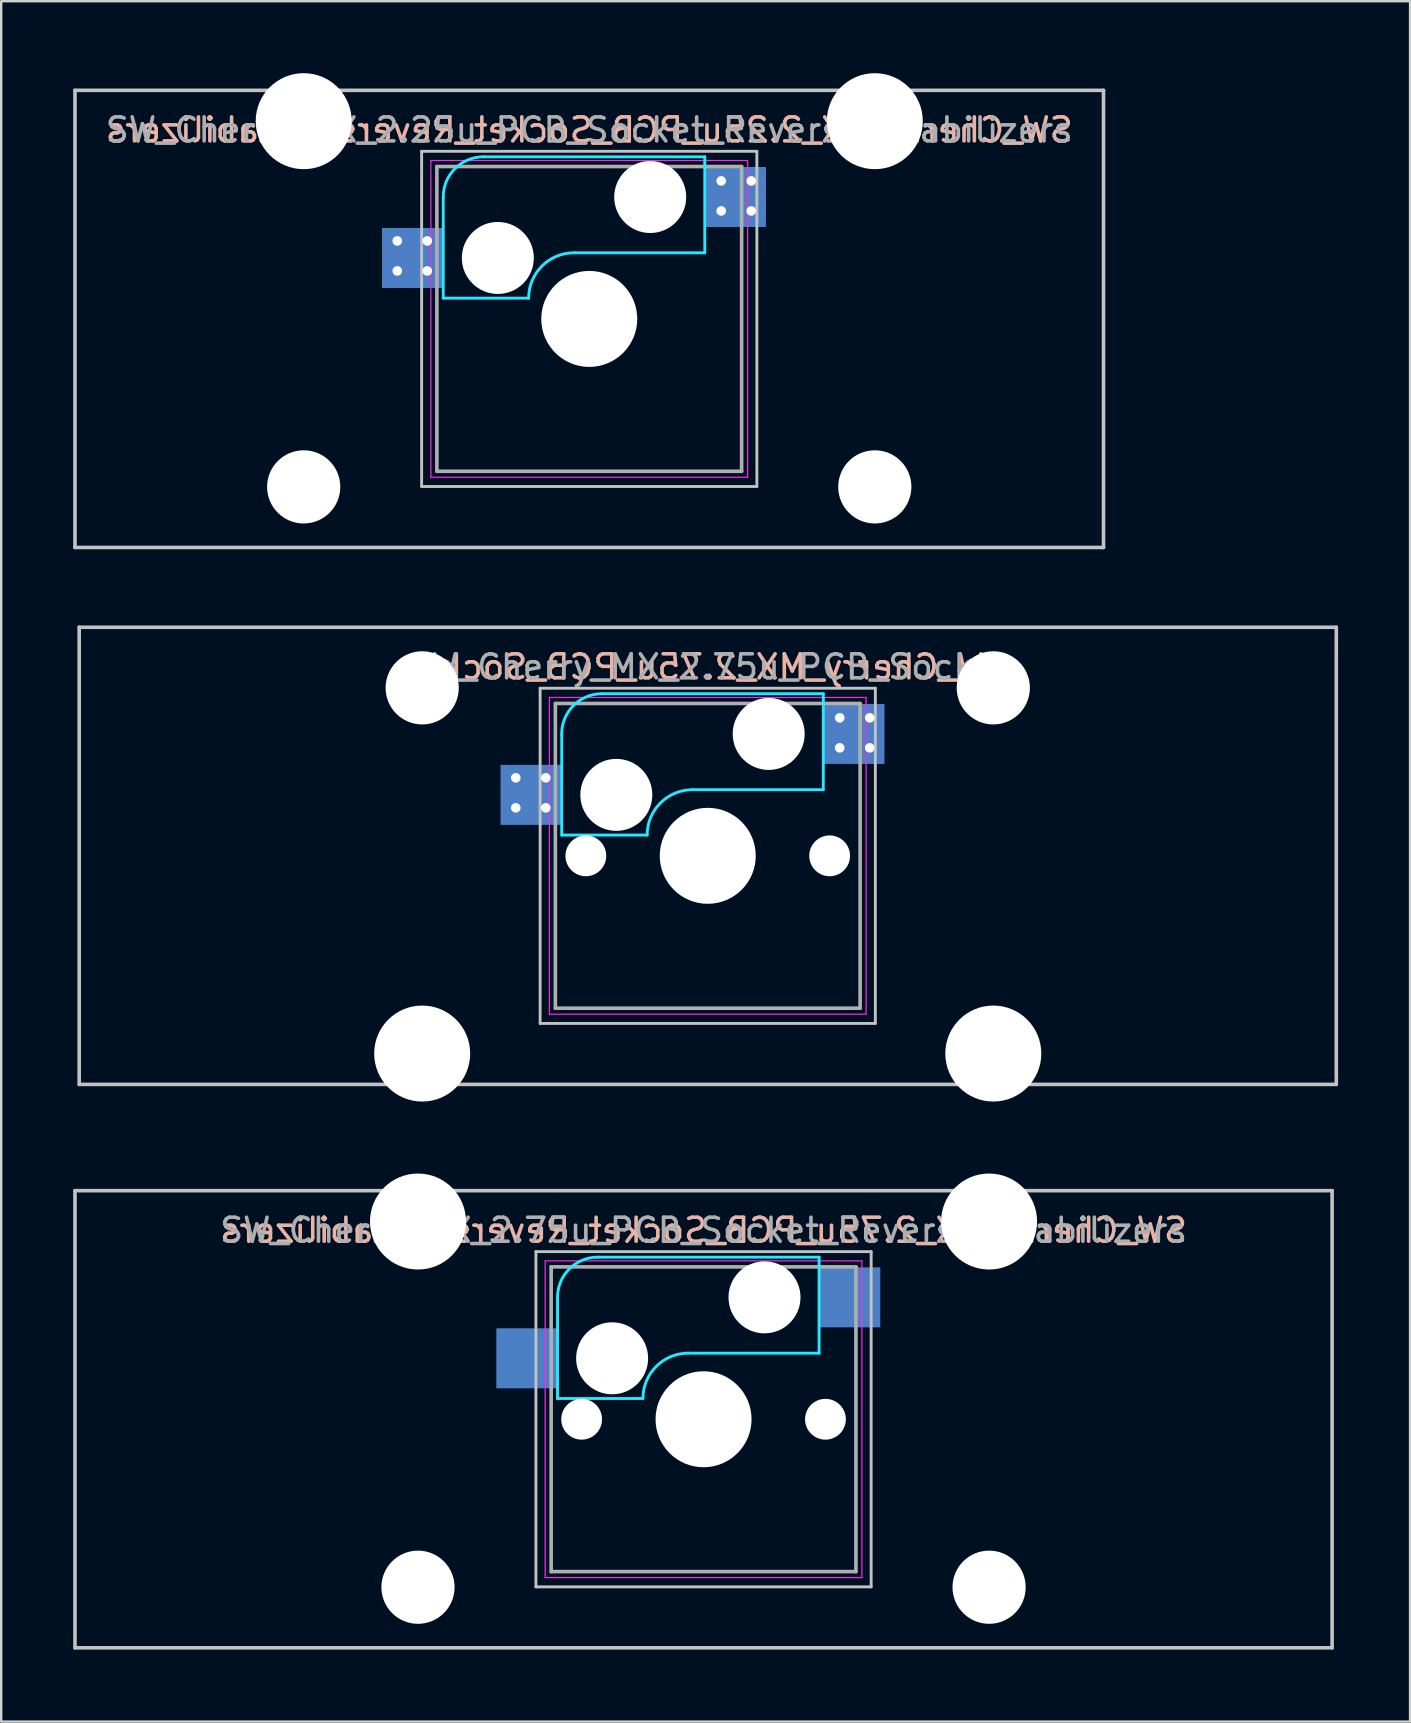
<source format=kicad_pcb>
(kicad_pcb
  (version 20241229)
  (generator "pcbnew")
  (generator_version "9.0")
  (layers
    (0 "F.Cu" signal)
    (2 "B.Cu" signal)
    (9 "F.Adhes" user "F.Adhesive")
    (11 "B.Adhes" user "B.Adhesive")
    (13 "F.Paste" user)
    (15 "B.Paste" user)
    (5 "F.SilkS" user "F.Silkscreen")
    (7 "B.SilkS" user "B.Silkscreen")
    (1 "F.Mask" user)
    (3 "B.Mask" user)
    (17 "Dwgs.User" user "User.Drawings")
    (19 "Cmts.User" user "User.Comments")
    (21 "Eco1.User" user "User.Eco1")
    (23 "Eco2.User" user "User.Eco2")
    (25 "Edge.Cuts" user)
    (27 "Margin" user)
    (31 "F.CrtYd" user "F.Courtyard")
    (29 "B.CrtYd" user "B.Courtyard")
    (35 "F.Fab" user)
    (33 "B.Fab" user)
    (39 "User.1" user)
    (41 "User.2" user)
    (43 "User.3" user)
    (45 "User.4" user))
  (footprint "SW_Cherry_MX_2.75u_PCB_Socket"
    (layer "F.Cu")
    (at 0.25 23.09)
    (property "Reference" "SW_Cherry_MX_2.75u_PCB_Socket" (at 26.194 1.651 0) (layer "B.SilkS") (effects (font (size 1 1) (thickness 0.15)) (justify mirror)))
    (attr through_hole)
    (fp_line (start 0 0) (end 52.388 0) (stroke (width 0.15) (type solid)) (layer "Dwgs.User"))
    (fp_line (start 0 19.05) (end 0 0) (stroke (width 0.15) (type solid)) (layer "Dwgs.User"))
    (fp_line (start 19.209 2.54) (end 33.179 2.54) (stroke (width 0.12) (type solid)) (layer "Dwgs.User"))
    (fp_line (start 19.209 16.51) (end 19.209 2.54) (stroke (width 0.12) (type solid)) (layer "Dwgs.User"))
    (fp_line (start 33.179 2.54) (end 33.179 16.51) (stroke (width 0.12) (type solid)) (layer "Dwgs.User"))
    (fp_line (start 33.179 16.51) (end 19.209 16.51) (stroke (width 0.12) (type solid)) (layer "Dwgs.User"))
    (fp_line (start 52.388 0) (end 52.388 19.05) (stroke (width 0.15) (type solid)) (layer "Dwgs.User"))
    (fp_line (start 52.388 19.05) (end 0 19.05) (stroke (width 0.15) (type solid)) (layer "Dwgs.User"))
    (fp_line (start 20.109 8.66) (end 20.109 4.445) (stroke (width 0.12) (type solid)) (layer "B.CrtYd"))
    (fp_line (start 20.109 8.66) (end 23.669 8.66) (stroke (width 0.12) (type solid)) (layer "B.CrtYd"))
    (fp_line (start 21.784 2.77) (end 31.009 2.77) (stroke (width 0.12) (type solid)) (layer "B.CrtYd"))
    (fp_line (start 31.009 2.77) (end 31.009 6.77) (stroke (width 0.12) (type solid)) (layer "B.CrtYd"))
    (fp_line (start 31.009 6.77) (end 25.559 6.77) (stroke (width 0.12) (type solid)) (layer "B.CrtYd"))
    (fp_arc (start 20.10875 4.445) (mid 20.599346 3.260596) (end 21.78375 2.77) (stroke (width 0.12) (type solid)) (layer "B.CrtYd"))
    (fp_arc (start 23.66875 8.66) (mid 24.222318 7.323568) (end 25.55875 6.77) (stroke (width 0.12) (type solid)) (layer "B.CrtYd"))
    (fp_line (start 19.594 2.925) (end 32.794 2.925) (stroke (width 0.05) (type solid)) (layer "F.CrtYd"))
    (fp_line (start 19.594 16.125) (end 19.594 2.925) (stroke (width 0.05) (type solid)) (layer "F.CrtYd"))
    (fp_line (start 32.794 2.925) (end 32.794 16.125) (stroke (width 0.05) (type solid)) (layer "F.CrtYd"))
    (fp_line (start 32.794 16.125) (end 19.594 16.125) (stroke (width 0.05) (type solid)) (layer "F.CrtYd"))
    (fp_line (start 19.844 3.175) (end 32.544 3.175) (stroke (width 0.15) (type solid)) (layer "F.Fab"))
    (fp_line (start 19.844 15.875) (end 19.844 3.175) (stroke (width 0.15) (type solid)) (layer "F.Fab"))
    (fp_line (start 32.544 3.175) (end 32.544 15.875) (stroke (width 0.15) (type solid)) (layer "F.Fab"))
    (fp_line (start 32.544 15.875) (end 19.844 15.875) (stroke (width 0.15) (type solid)) (layer "F.Fab"))
    (fp_text user "${REFERENCE}" (at 26.194 1.651 0) (layer "F.Fab") (effects (font (size 1 1) (thickness 0.15))))
    (pad "" np_thru_hole circle (at 14.294 2.525) (size 3.05 3.05) (drill 3.05) (layers "*.Cu" "*.Mask"))
    (pad "" np_thru_hole circle (at 14.294 17.765) (size 4 4) (drill 4) (layers "*.Cu" "*.Mask"))
    (pad "" np_thru_hole circle (at 21.114 9.525) (size 1.7 1.7) (drill 1.7) (layers "*.Cu" "*.Mask"))
    (pad "" np_thru_hole circle (at 22.384 6.985) (size 3 3) (drill 3) (layers "*.Cu" "*.Mask"))
    (pad "" np_thru_hole circle (at 26.194 9.525) (size 4 4) (drill 4) (layers "*.Cu" "*.Mask"))
    (pad "" np_thru_hole circle (at 28.734 4.445) (size 3 3) (drill 3) (layers "*.Cu" "*.Mask"))
    (pad "" np_thru_hole circle (at 31.274 9.525) (size 1.7 1.7) (drill 1.7) (layers "*.Cu" "*.Mask"))
    (pad "" np_thru_hole circle (at 38.094 2.525) (size 3.05 3.05) (drill 3.05) (layers "*.Cu" "*.Mask"))
    (pad "" np_thru_hole circle (at 38.094 17.765) (size 4 4) (drill 4) (layers "*.Cu" "*.Mask"))
    (pad "1" thru_hole circle (at 31.694 3.775) (size 0.8 0.8) (drill 0.4) (layers "*.Cu" "*.Mask"))
    (pad "1" thru_hole circle (at 31.694 5.025) (size 0.8 0.8) (drill 0.4) (layers "*.Cu" "*.Mask"))
    (pad "1" smd rect (at 32.284 4.445) (size 2.55 2.5) (layers "B.Cu" "B.Mask" "B.Paste"))
    (pad "1" thru_hole circle (at 32.944 3.775) (size 0.8 0.8) (drill 0.4) (layers "*.Cu" "*.Mask"))
    (pad "1" thru_hole circle (at 32.944 5.025) (size 0.8 0.8) (drill 0.4) (layers "*.Cu" "*.Mask"))
    (pad "2" thru_hole circle (at 18.194 6.275) (size 0.8 0.8) (drill 0.4) (layers "*.Cu" "*.Mask"))
    (pad "2" thru_hole circle (at 18.194 7.525) (size 0.8 0.8) (drill 0.4) (layers "*.Cu" "*.Mask"))
    (pad "2" smd rect (at 18.834 6.985) (size 2.55 2.5) (layers "B.Cu" "B.Mask" "B.Paste"))
    (pad "2" thru_hole circle (at 19.444 6.275) (size 0.8 0.8) (drill 0.4) (layers "*.Cu" "*.Mask"))
    (pad "2" thru_hole circle (at 19.444 7.525) (size 0.8 0.8) (drill 0.4) (layers "*.Cu" "*.Mask")))
  (footprint "SW_Cherry_MX_2.25u_PCB_Socket_ReversedStabilizers"
    (layer "F.Cu")
    (at 21.506 10.24)
    (property "Reference" "SW_Cherry_MX_2.25u_PCB_Socket_ReversedStabilizers" (at 0 -7.874 0) (layer "B.SilkS") (effects (font (size 1 1) (thickness 0.15)) (justify mirror)))
    (attr through_hole)
    (fp_line (start -21.431 -9.525) (end 21.431 -9.525) (stroke (width 0.15) (type solid)) (layer "Dwgs.User"))
    (fp_line (start -21.431 9.525) (end -21.431 -9.525) (stroke (width 0.15) (type solid)) (layer "Dwgs.User"))
    (fp_line (start -6.985 -6.985) (end 6.985 -6.985) (stroke (width 0.12) (type solid)) (layer "Dwgs.User"))
    (fp_line (start -6.985 6.985) (end -6.985 -6.985) (stroke (width 0.12) (type solid)) (layer "Dwgs.User"))
    (fp_line (start 6.985 -6.985) (end 6.985 6.985) (stroke (width 0.12) (type solid)) (layer "Dwgs.User"))
    (fp_line (start 6.985 6.985) (end -6.985 6.985) (stroke (width 0.12) (type solid)) (layer "Dwgs.User"))
    (fp_line (start 21.431 -9.525) (end 21.431 9.525) (stroke (width 0.15) (type solid)) (layer "Dwgs.User"))
    (fp_line (start 21.431 9.525) (end -21.431 9.525) (stroke (width 0.15) (type solid)) (layer "Dwgs.User"))
    (fp_line (start -6.085 -0.865) (end -6.085 -5.08) (stroke (width 0.12) (type solid)) (layer "B.CrtYd"))
    (fp_line (start -6.085 -0.865) (end -2.525 -0.865) (stroke (width 0.12) (type solid)) (layer "B.CrtYd"))
    (fp_line (start -4.41 -6.755) (end 4.815 -6.755) (stroke (width 0.12) (type solid)) (layer "B.CrtYd"))
    (fp_line (start 4.815 -6.755) (end 4.815 -2.755) (stroke (width 0.12) (type solid)) (layer "B.CrtYd"))
    (fp_line (start 4.815 -2.755) (end -0.635 -2.755) (stroke (width 0.12) (type solid)) (layer "B.CrtYd"))
    (fp_arc (start -6.085 -5.08) (mid -5.594404 -6.264404) (end -4.41 -6.755) (stroke (width 0.12) (type solid)) (layer "B.CrtYd"))
    (fp_arc (start -2.525 -0.865) (mid -1.971432 -2.201432) (end -0.635 -2.755) (stroke (width 0.12) (type solid)) (layer "B.CrtYd"))
    (fp_line (start -6.6 -6.6) (end 6.6 -6.6) (stroke (width 0.05) (type solid)) (layer "F.CrtYd"))
    (fp_line (start -6.6 6.6) (end -6.6 -6.6) (stroke (width 0.05) (type solid)) (layer "F.CrtYd"))
    (fp_line (start 6.6 -6.6) (end 6.6 6.6) (stroke (width 0.05) (type solid)) (layer "F.CrtYd"))
    (fp_line (start 6.6 6.6) (end -6.6 6.6) (stroke (width 0.05) (type solid)) (layer "F.CrtYd"))
    (fp_line (start -6.35 -6.35) (end 6.35 -6.35) (stroke (width 0.15) (type solid)) (layer "F.Fab"))
    (fp_line (start -6.35 6.35) (end -6.35 -6.35) (stroke (width 0.15) (type solid)) (layer "F.Fab"))
    (fp_line (start 6.35 -6.35) (end 6.35 6.35) (stroke (width 0.15) (type solid)) (layer "F.Fab"))
    (fp_line (start 6.35 6.35) (end -6.35 6.35) (stroke (width 0.15) (type solid)) (layer "F.Fab"))
    (fp_text user "${REFERENCE}" (at 0 -7.874 0) (layer "F.Fab") (effects (font (size 1 1) (thickness 0.15))))
    (pad "" np_thru_hole circle (at -11.9 -8.24) (size 4 4) (drill 4) (layers "*.Cu" "*.Mask"))
    (pad "" np_thru_hole circle (at -11.9 7) (size 3.05 3.05) (drill 3.05) (layers "*.Cu" "*.Mask"))
    (pad "" np_thru_hole circle (at -3.81 -2.54) (size 3 3) (drill 3) (layers "*.Cu" "*.Mask"))
    (pad "" np_thru_hole circle (at 0 0) (size 4 4) (drill 4) (layers "*.Cu" "*.Mask"))
    (pad "" np_thru_hole circle (at 2.54 -5.08) (size 3 3) (drill 3) (layers "*.Cu" "*.Mask"))
    (pad "" np_thru_hole circle (at 11.9 -8.24) (size 4 4) (drill 4) (layers "*.Cu" "*.Mask"))
    (pad "" np_thru_hole circle (at 11.9 7) (size 3.05 3.05) (drill 3.05) (layers "*.Cu" "*.Mask"))
    (pad "1" thru_hole circle (at 5.5 -5.75) (size 0.8 0.8) (drill 0.4) (layers "*.Cu" "*.Mask"))
    (pad "1" thru_hole circle (at 5.5 -4.5) (size 0.8 0.8) (drill 0.4) (layers "*.Cu" "*.Mask"))
    (pad "1" smd rect (at 6.09 -5.08) (size 2.55 2.5) (layers "B.Cu" "B.Mask" "B.Paste"))
    (pad "1" thru_hole circle (at 6.75 -5.75) (size 0.8 0.8) (drill 0.4) (layers "*.Cu" "*.Mask"))
    (pad "1" thru_hole circle (at 6.75 -4.5) (size 0.8 0.8) (drill 0.4) (layers "*.Cu" "*.Mask"))
    (pad "2" thru_hole circle (at -8 -3.25) (size 0.8 0.8) (drill 0.4) (layers "*.Cu" "*.Mask"))
    (pad "2" thru_hole circle (at -8 -2) (size 0.8 0.8) (drill 0.4) (layers "*.Cu" "*.Mask"))
    (pad "2" smd rect (at -7.36 -2.54) (size 2.55 2.5) (layers "B.Cu" "B.Mask" "B.Paste"))
    (pad "2" thru_hole circle (at -6.75 -3.25) (size 0.8 0.8) (drill 0.4) (layers "*.Cu" "*.Mask"))
    (pad "2" thru_hole circle (at -6.75 -2) (size 0.8 0.8) (drill 0.4) (layers "*.Cu" "*.Mask")))
  (footprint "SW_Cherry_MX_2.75u_PCB_Socket_ReversedStabilizers"
    (layer "F.Cu")
    (at 26.269 56.095)
    (property "Reference" "SW_Cherry_MX_2.75u_PCB_Socket_ReversedStabilizers" (at 0 -7.874 0) (layer "B.SilkS") (effects (font (size 1 1) (thickness 0.15)) (justify mirror)))
    (attr through_hole)
    (fp_line (start -26.194 -9.525) (end 26.194 -9.525) (stroke (width 0.15) (type solid)) (layer "Dwgs.User"))
    (fp_line (start -26.194 9.525) (end -26.194 -9.525) (stroke (width 0.15) (type solid)) (layer "Dwgs.User"))
    (fp_line (start -6.985 -6.985) (end 6.985 -6.985) (stroke (width 0.12) (type solid)) (layer "Dwgs.User"))
    (fp_line (start -6.985 6.985) (end -6.985 -6.985) (stroke (width 0.12) (type solid)) (layer "Dwgs.User"))
    (fp_line (start 6.985 -6.985) (end 6.985 6.985) (stroke (width 0.12) (type solid)) (layer "Dwgs.User"))
    (fp_line (start 6.985 6.985) (end -6.985 6.985) (stroke (width 0.12) (type solid)) (layer "Dwgs.User"))
    (fp_line (start 26.194 -9.525) (end 26.194 9.525) (stroke (width 0.15) (type solid)) (layer "Dwgs.User"))
    (fp_line (start 26.194 9.525) (end -26.194 9.525) (stroke (width 0.15) (type solid)) (layer "Dwgs.User"))
    (fp_line (start -6.085 -0.865) (end -6.085 -5.08) (stroke (width 0.12) (type solid)) (layer "B.CrtYd"))
    (fp_line (start -6.085 -0.865) (end -2.525 -0.865) (stroke (width 0.12) (type solid)) (layer "B.CrtYd"))
    (fp_line (start -4.41 -6.755) (end 4.815 -6.755) (stroke (width 0.12) (type solid)) (layer "B.CrtYd"))
    (fp_line (start 4.815 -6.755) (end 4.815 -2.755) (stroke (width 0.12) (type solid)) (layer "B.CrtYd"))
    (fp_line (start 4.815 -2.755) (end -0.635 -2.755) (stroke (width 0.12) (type solid)) (layer "B.CrtYd"))
    (fp_arc (start -6.085 -5.08) (mid -5.594404 -6.264404) (end -4.41 -6.755) (stroke (width 0.12) (type solid)) (layer "B.CrtYd"))
    (fp_arc (start -2.525 -0.865) (mid -1.971432 -2.201432) (end -0.635 -2.755) (stroke (width 0.12) (type solid)) (layer "B.CrtYd"))
    (fp_line (start -6.6 -6.6) (end 6.6 -6.6) (stroke (width 0.05) (type solid)) (layer "F.CrtYd"))
    (fp_line (start -6.6 6.6) (end -6.6 -6.6) (stroke (width 0.05) (type solid)) (layer "F.CrtYd"))
    (fp_line (start 6.6 -6.6) (end 6.6 6.6) (stroke (width 0.05) (type solid)) (layer "F.CrtYd"))
    (fp_line (start 6.6 6.6) (end -6.6 6.6) (stroke (width 0.05) (type solid)) (layer "F.CrtYd"))
    (fp_line (start -6.35 -6.35) (end 6.35 -6.35) (stroke (width 0.15) (type solid)) (layer "F.Fab"))
    (fp_line (start -6.35 6.35) (end -6.35 -6.35) (stroke (width 0.15) (type solid)) (layer "F.Fab"))
    (fp_line (start 6.35 -6.35) (end 6.35 6.35) (stroke (width 0.15) (type solid)) (layer "F.Fab"))
    (fp_line (start 6.35 6.35) (end -6.35 6.35) (stroke (width 0.15) (type solid)) (layer "F.Fab"))
    (fp_text user "${REFERENCE}" (at 0 -7.874 0) (layer "F.Fab") (effects (font (size 1 1) (thickness 0.15))))
    (pad "" np_thru_hole circle (at -11.9 -8.24) (size 4 4) (drill 4) (layers "*.Cu" "*.Mask"))
    (pad "" np_thru_hole circle (at -11.9 7) (size 3.05 3.05) (drill 3.05) (layers "*.Cu" "*.Mask"))
    (pad "" np_thru_hole circle (at -5.08 0) (size 1.7 1.7) (drill 1.7) (layers "*.Cu" "*.Mask"))
    (pad "" np_thru_hole circle (at -3.81 -2.54) (size 3 3) (drill 3) (layers "*.Cu" "*.Mask"))
    (pad "" np_thru_hole circle (at 0 0) (size 4 4) (drill 4) (layers "*.Cu" "*.Mask"))
    (pad "" np_thru_hole circle (at 2.54 -5.08) (size 3 3) (drill 3) (layers "*.Cu" "*.Mask"))
    (pad "" np_thru_hole circle (at 5.08 0) (size 1.7 1.7) (drill 1.7) (layers "*.Cu" "*.Mask"))
    (pad "" np_thru_hole circle (at 11.9 -8.24) (size 4 4) (drill 4) (layers "*.Cu" "*.Mask"))
    (pad "" np_thru_hole circle (at 11.9 7) (size 3.05 3.05) (drill 3.05) (layers "*.Cu" "*.Mask"))
    (pad "1" smd rect (at 6.09 -5.08) (size 2.55 2.5) (layers "B.Cu" "B.Mask" "B.Paste"))
    (pad "2" smd rect (at -7.36 -2.54) (size 2.55 2.5) (layers "B.Cu" "B.Mask" "B.Paste")))
  (gr_rect
    (start -3 -3)
    (end 55.712 68.695)
    (stroke (width 0.1) (type default))
    (fill no)
    (layer "Edge.Cuts")))
</source>
